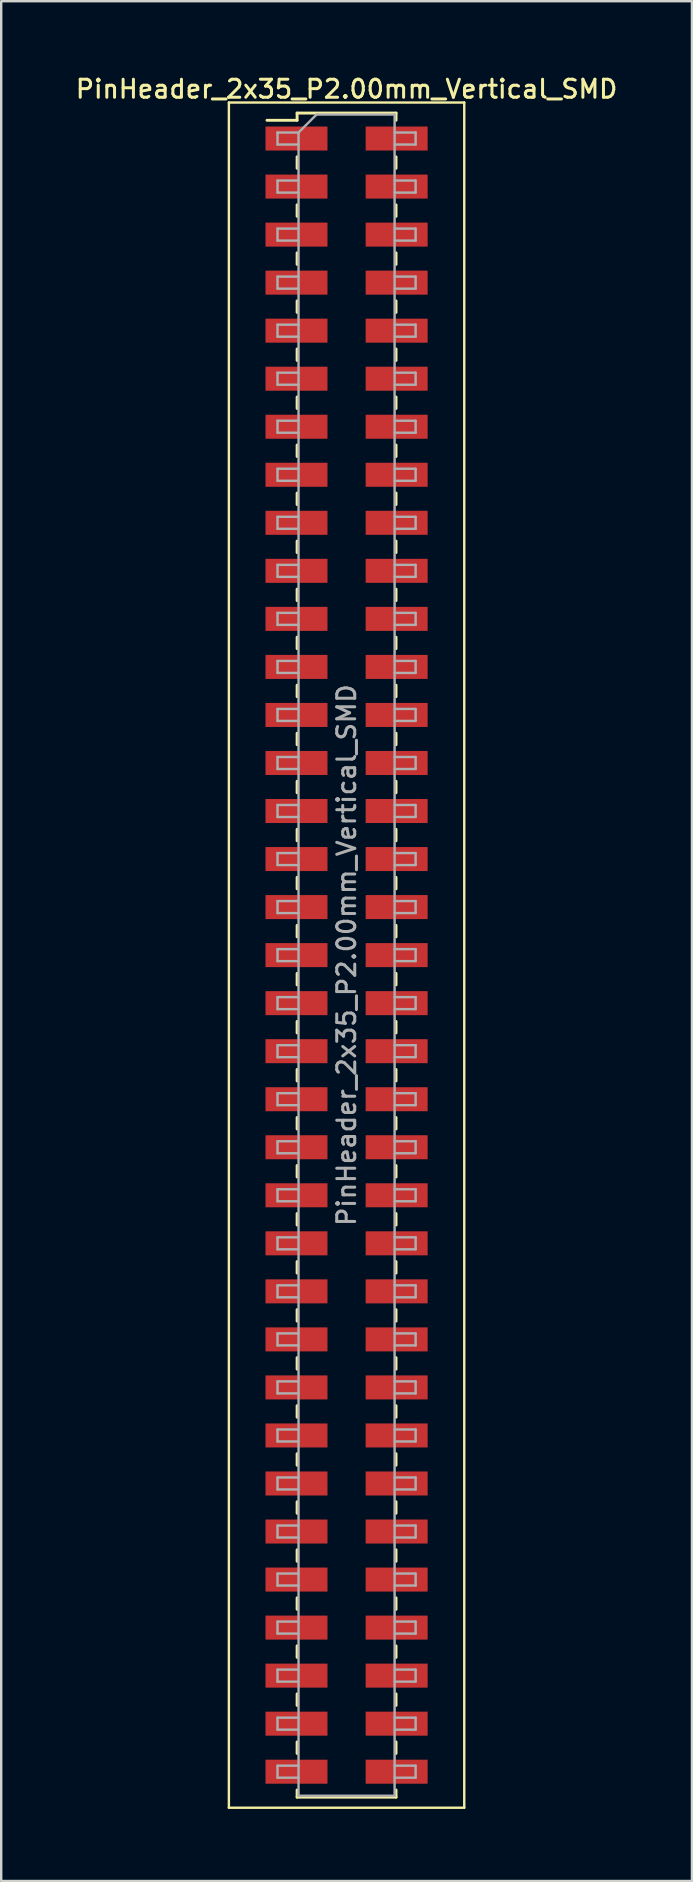
<source format=kicad_pcb>
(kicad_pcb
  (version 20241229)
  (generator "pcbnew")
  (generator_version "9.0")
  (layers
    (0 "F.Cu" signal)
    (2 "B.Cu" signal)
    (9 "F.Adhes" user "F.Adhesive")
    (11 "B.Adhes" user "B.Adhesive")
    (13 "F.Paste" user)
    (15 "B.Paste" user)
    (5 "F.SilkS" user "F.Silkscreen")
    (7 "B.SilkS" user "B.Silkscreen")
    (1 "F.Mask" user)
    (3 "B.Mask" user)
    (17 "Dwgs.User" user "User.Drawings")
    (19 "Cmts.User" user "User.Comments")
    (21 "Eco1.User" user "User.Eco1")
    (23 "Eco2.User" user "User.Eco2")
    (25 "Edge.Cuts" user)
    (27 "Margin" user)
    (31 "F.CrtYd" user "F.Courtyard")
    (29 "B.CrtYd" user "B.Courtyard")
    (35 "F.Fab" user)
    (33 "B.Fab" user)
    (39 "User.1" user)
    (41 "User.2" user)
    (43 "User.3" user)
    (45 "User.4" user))
  (footprint "PinHeader_2x35_P2.00mm_Vertical_SMD"
    (layer "F.Cu")
    (at 11.38 36.718)
    (property "Reference" "PinHeader_2x35_P2.00mm_Vertical_SMD" (at 0 -36.06 0) (layer "F.SilkS") (effects (font (size 0.75 0.75) (thickness 0.125))))
    (attr smd)
    (fp_line (start -4.9 -35.5) (end -4.9 35.5) (stroke (width 0.1) (type solid)) (layer "F.SilkS"))
    (fp_line (start -4.9 35.5) (end 4.9 35.5) (stroke (width 0.1) (type solid)) (layer "F.SilkS"))
    (fp_line (start -3.315 -34.76) (end -2.06 -34.76) (stroke (width 0.12) (type solid)) (layer "F.SilkS"))
    (fp_line (start -2.06 -35.06) (end -2.06 -34.76) (stroke (width 0.12) (type solid)) (layer "F.SilkS"))
    (fp_line (start -2.06 -35.06) (end 2.06 -35.06) (stroke (width 0.12) (type solid)) (layer "F.SilkS"))
    (fp_line (start -2.06 -33.24) (end -2.06 -32.76) (stroke (width 0.12) (type solid)) (layer "F.SilkS"))
    (fp_line (start -2.06 -31.24) (end -2.06 -30.76) (stroke (width 0.12) (type solid)) (layer "F.SilkS"))
    (fp_line (start -2.06 -29.24) (end -2.06 -28.76) (stroke (width 0.12) (type solid)) (layer "F.SilkS"))
    (fp_line (start -2.06 -27.24) (end -2.06 -26.76) (stroke (width 0.12) (type solid)) (layer "F.SilkS"))
    (fp_line (start -2.06 -25.24) (end -2.06 -24.76) (stroke (width 0.12) (type solid)) (layer "F.SilkS"))
    (fp_line (start -2.06 -23.24) (end -2.06 -22.76) (stroke (width 0.12) (type solid)) (layer "F.SilkS"))
    (fp_line (start -2.06 -21.24) (end -2.06 -20.76) (stroke (width 0.12) (type solid)) (layer "F.SilkS"))
    (fp_line (start -2.06 -19.24) (end -2.06 -18.76) (stroke (width 0.12) (type solid)) (layer "F.SilkS"))
    (fp_line (start -2.06 -17.24) (end -2.06 -16.76) (stroke (width 0.12) (type solid)) (layer "F.SilkS"))
    (fp_line (start -2.06 -15.24) (end -2.06 -14.76) (stroke (width 0.12) (type solid)) (layer "F.SilkS"))
    (fp_line (start -2.06 -13.24) (end -2.06 -12.76) (stroke (width 0.12) (type solid)) (layer "F.SilkS"))
    (fp_line (start -2.06 -11.24) (end -2.06 -10.76) (stroke (width 0.12) (type solid)) (layer "F.SilkS"))
    (fp_line (start -2.06 -9.24) (end -2.06 -8.76) (stroke (width 0.12) (type solid)) (layer "F.SilkS"))
    (fp_line (start -2.06 -7.24) (end -2.06 -6.76) (stroke (width 0.12) (type solid)) (layer "F.SilkS"))
    (fp_line (start -2.06 -5.24) (end -2.06 -4.76) (stroke (width 0.12) (type solid)) (layer "F.SilkS"))
    (fp_line (start -2.06 -3.24) (end -2.06 -2.76) (stroke (width 0.12) (type solid)) (layer "F.SilkS"))
    (fp_line (start -2.06 -1.24) (end -2.06 -0.76) (stroke (width 0.12) (type solid)) (layer "F.SilkS"))
    (fp_line (start -2.06 0.76) (end -2.06 1.24) (stroke (width 0.12) (type solid)) (layer "F.SilkS"))
    (fp_line (start -2.06 2.76) (end -2.06 3.24) (stroke (width 0.12) (type solid)) (layer "F.SilkS"))
    (fp_line (start -2.06 4.76) (end -2.06 5.24) (stroke (width 0.12) (type solid)) (layer "F.SilkS"))
    (fp_line (start -2.06 6.76) (end -2.06 7.24) (stroke (width 0.12) (type solid)) (layer "F.SilkS"))
    (fp_line (start -2.06 8.76) (end -2.06 9.24) (stroke (width 0.12) (type solid)) (layer "F.SilkS"))
    (fp_line (start -2.06 10.76) (end -2.06 11.24) (stroke (width 0.12) (type solid)) (layer "F.SilkS"))
    (fp_line (start -2.06 12.76) (end -2.06 13.24) (stroke (width 0.12) (type solid)) (layer "F.SilkS"))
    (fp_line (start -2.06 14.76) (end -2.06 15.24) (stroke (width 0.12) (type solid)) (layer "F.SilkS"))
    (fp_line (start -2.06 16.76) (end -2.06 17.24) (stroke (width 0.12) (type solid)) (layer "F.SilkS"))
    (fp_line (start -2.06 18.76) (end -2.06 19.24) (stroke (width 0.12) (type solid)) (layer "F.SilkS"))
    (fp_line (start -2.06 20.76) (end -2.06 21.24) (stroke (width 0.12) (type solid)) (layer "F.SilkS"))
    (fp_line (start -2.06 22.76) (end -2.06 23.24) (stroke (width 0.12) (type solid)) (layer "F.SilkS"))
    (fp_line (start -2.06 24.76) (end -2.06 25.24) (stroke (width 0.12) (type solid)) (layer "F.SilkS"))
    (fp_line (start -2.06 26.76) (end -2.06 27.24) (stroke (width 0.12) (type solid)) (layer "F.SilkS"))
    (fp_line (start -2.06 28.76) (end -2.06 29.24) (stroke (width 0.12) (type solid)) (layer "F.SilkS"))
    (fp_line (start -2.06 30.76) (end -2.06 31.24) (stroke (width 0.12) (type solid)) (layer "F.SilkS"))
    (fp_line (start -2.06 32.76) (end -2.06 33.24) (stroke (width 0.12) (type solid)) (layer "F.SilkS"))
    (fp_line (start -2.06 34.76) (end -2.06 35.06) (stroke (width 0.12) (type solid)) (layer "F.SilkS"))
    (fp_line (start -2.06 35.06) (end 2.06 35.06) (stroke (width 0.12) (type solid)) (layer "F.SilkS"))
    (fp_line (start 2.06 -35.06) (end 2.06 -34.76) (stroke (width 0.12) (type solid)) (layer "F.SilkS"))
    (fp_line (start 2.06 -33.24) (end 2.06 -32.76) (stroke (width 0.12) (type solid)) (layer "F.SilkS"))
    (fp_line (start 2.06 -31.24) (end 2.06 -30.76) (stroke (width 0.12) (type solid)) (layer "F.SilkS"))
    (fp_line (start 2.06 -29.24) (end 2.06 -28.76) (stroke (width 0.12) (type solid)) (layer "F.SilkS"))
    (fp_line (start 2.06 -27.24) (end 2.06 -26.76) (stroke (width 0.12) (type solid)) (layer "F.SilkS"))
    (fp_line (start 2.06 -25.24) (end 2.06 -24.76) (stroke (width 0.12) (type solid)) (layer "F.SilkS"))
    (fp_line (start 2.06 -23.24) (end 2.06 -22.76) (stroke (width 0.12) (type solid)) (layer "F.SilkS"))
    (fp_line (start 2.06 -21.24) (end 2.06 -20.76) (stroke (width 0.12) (type solid)) (layer "F.SilkS"))
    (fp_line (start 2.06 -19.24) (end 2.06 -18.76) (stroke (width 0.12) (type solid)) (layer "F.SilkS"))
    (fp_line (start 2.06 -17.24) (end 2.06 -16.76) (stroke (width 0.12) (type solid)) (layer "F.SilkS"))
    (fp_line (start 2.06 -15.24) (end 2.06 -14.76) (stroke (width 0.12) (type solid)) (layer "F.SilkS"))
    (fp_line (start 2.06 -13.24) (end 2.06 -12.76) (stroke (width 0.12) (type solid)) (layer "F.SilkS"))
    (fp_line (start 2.06 -11.24) (end 2.06 -10.76) (stroke (width 0.12) (type solid)) (layer "F.SilkS"))
    (fp_line (start 2.06 -9.24) (end 2.06 -8.76) (stroke (width 0.12) (type solid)) (layer "F.SilkS"))
    (fp_line (start 2.06 -7.24) (end 2.06 -6.76) (stroke (width 0.12) (type solid)) (layer "F.SilkS"))
    (fp_line (start 2.06 -5.24) (end 2.06 -4.76) (stroke (width 0.12) (type solid)) (layer "F.SilkS"))
    (fp_line (start 2.06 -3.24) (end 2.06 -2.76) (stroke (width 0.12) (type solid)) (layer "F.SilkS"))
    (fp_line (start 2.06 -1.24) (end 2.06 -0.76) (stroke (width 0.12) (type solid)) (layer "F.SilkS"))
    (fp_line (start 2.06 0.76) (end 2.06 1.24) (stroke (width 0.12) (type solid)) (layer "F.SilkS"))
    (fp_line (start 2.06 2.76) (end 2.06 3.24) (stroke (width 0.12) (type solid)) (layer "F.SilkS"))
    (fp_line (start 2.06 4.76) (end 2.06 5.24) (stroke (width 0.12) (type solid)) (layer "F.SilkS"))
    (fp_line (start 2.06 6.76) (end 2.06 7.24) (stroke (width 0.12) (type solid)) (layer "F.SilkS"))
    (fp_line (start 2.06 8.76) (end 2.06 9.24) (stroke (width 0.12) (type solid)) (layer "F.SilkS"))
    (fp_line (start 2.06 10.76) (end 2.06 11.24) (stroke (width 0.12) (type solid)) (layer "F.SilkS"))
    (fp_line (start 2.06 12.76) (end 2.06 13.24) (stroke (width 0.12) (type solid)) (layer "F.SilkS"))
    (fp_line (start 2.06 14.76) (end 2.06 15.24) (stroke (width 0.12) (type solid)) (layer "F.SilkS"))
    (fp_line (start 2.06 16.76) (end 2.06 17.24) (stroke (width 0.12) (type solid)) (layer "F.SilkS"))
    (fp_line (start 2.06 18.76) (end 2.06 19.24) (stroke (width 0.12) (type solid)) (layer "F.SilkS"))
    (fp_line (start 2.06 20.76) (end 2.06 21.24) (stroke (width 0.12) (type solid)) (layer "F.SilkS"))
    (fp_line (start 2.06 22.76) (end 2.06 23.24) (stroke (width 0.12) (type solid)) (layer "F.SilkS"))
    (fp_line (start 2.06 24.76) (end 2.06 25.24) (stroke (width 0.12) (type solid)) (layer "F.SilkS"))
    (fp_line (start 2.06 26.76) (end 2.06 27.24) (stroke (width 0.12) (type solid)) (layer "F.SilkS"))
    (fp_line (start 2.06 28.76) (end 2.06 29.24) (stroke (width 0.12) (type solid)) (layer "F.SilkS"))
    (fp_line (start 2.06 30.76) (end 2.06 31.24) (stroke (width 0.12) (type solid)) (layer "F.SilkS"))
    (fp_line (start 2.06 32.76) (end 2.06 33.24) (stroke (width 0.12) (type solid)) (layer "F.SilkS"))
    (fp_line (start 2.06 34.76) (end 2.06 35.06) (stroke (width 0.12) (type solid)) (layer "F.SilkS"))
    (fp_line (start 4.9 -35.5) (end -4.9 -35.5) (stroke (width 0.1) (type solid)) (layer "F.SilkS"))
    (fp_line (start 4.9 35.5) (end 4.9 -35.5) (stroke (width 0.1) (type solid)) (layer "F.SilkS"))
    (fp_line (start -2.875 -34.25) (end -2.875 -33.75) (stroke (width 0.1) (type solid)) (layer "F.Fab"))
    (fp_line (start -2.875 -33.75) (end -2 -33.75) (stroke (width 0.1) (type solid)) (layer "F.Fab"))
    (fp_line (start -2.875 -32.25) (end -2.875 -31.75) (stroke (width 0.1) (type solid)) (layer "F.Fab"))
    (fp_line (start -2.875 -31.75) (end -2 -31.75) (stroke (width 0.1) (type solid)) (layer "F.Fab"))
    (fp_line (start -2.875 -30.25) (end -2.875 -29.75) (stroke (width 0.1) (type solid)) (layer "F.Fab"))
    (fp_line (start -2.875 -29.75) (end -2 -29.75) (stroke (width 0.1) (type solid)) (layer "F.Fab"))
    (fp_line (start -2.875 -28.25) (end -2.875 -27.75) (stroke (width 0.1) (type solid)) (layer "F.Fab"))
    (fp_line (start -2.875 -27.75) (end -2 -27.75) (stroke (width 0.1) (type solid)) (layer "F.Fab"))
    (fp_line (start -2.875 -26.25) (end -2.875 -25.75) (stroke (width 0.1) (type solid)) (layer "F.Fab"))
    (fp_line (start -2.875 -25.75) (end -2 -25.75) (stroke (width 0.1) (type solid)) (layer "F.Fab"))
    (fp_line (start -2.875 -24.25) (end -2.875 -23.75) (stroke (width 0.1) (type solid)) (layer "F.Fab"))
    (fp_line (start -2.875 -23.75) (end -2 -23.75) (stroke (width 0.1) (type solid)) (layer "F.Fab"))
    (fp_line (start -2.875 -22.25) (end -2.875 -21.75) (stroke (width 0.1) (type solid)) (layer "F.Fab"))
    (fp_line (start -2.875 -21.75) (end -2 -21.75) (stroke (width 0.1) (type solid)) (layer "F.Fab"))
    (fp_line (start -2.875 -20.25) (end -2.875 -19.75) (stroke (width 0.1) (type solid)) (layer "F.Fab"))
    (fp_line (start -2.875 -19.75) (end -2 -19.75) (stroke (width 0.1) (type solid)) (layer "F.Fab"))
    (fp_line (start -2.875 -18.25) (end -2.875 -17.75) (stroke (width 0.1) (type solid)) (layer "F.Fab"))
    (fp_line (start -2.875 -17.75) (end -2 -17.75) (stroke (width 0.1) (type solid)) (layer "F.Fab"))
    (fp_line (start -2.875 -16.25) (end -2.875 -15.75) (stroke (width 0.1) (type solid)) (layer "F.Fab"))
    (fp_line (start -2.875 -15.75) (end -2 -15.75) (stroke (width 0.1) (type solid)) (layer "F.Fab"))
    (fp_line (start -2.875 -14.25) (end -2.875 -13.75) (stroke (width 0.1) (type solid)) (layer "F.Fab"))
    (fp_line (start -2.875 -13.75) (end -2 -13.75) (stroke (width 0.1) (type solid)) (layer "F.Fab"))
    (fp_line (start -2.875 -12.25) (end -2.875 -11.75) (stroke (width 0.1) (type solid)) (layer "F.Fab"))
    (fp_line (start -2.875 -11.75) (end -2 -11.75) (stroke (width 0.1) (type solid)) (layer "F.Fab"))
    (fp_line (start -2.875 -10.25) (end -2.875 -9.75) (stroke (width 0.1) (type solid)) (layer "F.Fab"))
    (fp_line (start -2.875 -9.75) (end -2 -9.75) (stroke (width 0.1) (type solid)) (layer "F.Fab"))
    (fp_line (start -2.875 -8.25) (end -2.875 -7.75) (stroke (width 0.1) (type solid)) (layer "F.Fab"))
    (fp_line (start -2.875 -7.75) (end -2 -7.75) (stroke (width 0.1) (type solid)) (layer "F.Fab"))
    (fp_line (start -2.875 -6.25) (end -2.875 -5.75) (stroke (width 0.1) (type solid)) (layer "F.Fab"))
    (fp_line (start -2.875 -5.75) (end -2 -5.75) (stroke (width 0.1) (type solid)) (layer "F.Fab"))
    (fp_line (start -2.875 -4.25) (end -2.875 -3.75) (stroke (width 0.1) (type solid)) (layer "F.Fab"))
    (fp_line (start -2.875 -3.75) (end -2 -3.75) (stroke (width 0.1) (type solid)) (layer "F.Fab"))
    (fp_line (start -2.875 -2.25) (end -2.875 -1.75) (stroke (width 0.1) (type solid)) (layer "F.Fab"))
    (fp_line (start -2.875 -1.75) (end -2 -1.75) (stroke (width 0.1) (type solid)) (layer "F.Fab"))
    (fp_line (start -2.875 -0.25) (end -2.875 0.25) (stroke (width 0.1) (type solid)) (layer "F.Fab"))
    (fp_line (start -2.875 0.25) (end -2 0.25) (stroke (width 0.1) (type solid)) (layer "F.Fab"))
    (fp_line (start -2.875 1.75) (end -2.875 2.25) (stroke (width 0.1) (type solid)) (layer "F.Fab"))
    (fp_line (start -2.875 2.25) (end -2 2.25) (stroke (width 0.1) (type solid)) (layer "F.Fab"))
    (fp_line (start -2.875 3.75) (end -2.875 4.25) (stroke (width 0.1) (type solid)) (layer "F.Fab"))
    (fp_line (start -2.875 4.25) (end -2 4.25) (stroke (width 0.1) (type solid)) (layer "F.Fab"))
    (fp_line (start -2.875 5.75) (end -2.875 6.25) (stroke (width 0.1) (type solid)) (layer "F.Fab"))
    (fp_line (start -2.875 6.25) (end -2 6.25) (stroke (width 0.1) (type solid)) (layer "F.Fab"))
    (fp_line (start -2.875 7.75) (end -2.875 8.25) (stroke (width 0.1) (type solid)) (layer "F.Fab"))
    (fp_line (start -2.875 8.25) (end -2 8.25) (stroke (width 0.1) (type solid)) (layer "F.Fab"))
    (fp_line (start -2.875 9.75) (end -2.875 10.25) (stroke (width 0.1) (type solid)) (layer "F.Fab"))
    (fp_line (start -2.875 10.25) (end -2 10.25) (stroke (width 0.1) (type solid)) (layer "F.Fab"))
    (fp_line (start -2.875 11.75) (end -2.875 12.25) (stroke (width 0.1) (type solid)) (layer "F.Fab"))
    (fp_line (start -2.875 12.25) (end -2 12.25) (stroke (width 0.1) (type solid)) (layer "F.Fab"))
    (fp_line (start -2.875 13.75) (end -2.875 14.25) (stroke (width 0.1) (type solid)) (layer "F.Fab"))
    (fp_line (start -2.875 14.25) (end -2 14.25) (stroke (width 0.1) (type solid)) (layer "F.Fab"))
    (fp_line (start -2.875 15.75) (end -2.875 16.25) (stroke (width 0.1) (type solid)) (layer "F.Fab"))
    (fp_line (start -2.875 16.25) (end -2 16.25) (stroke (width 0.1) (type solid)) (layer "F.Fab"))
    (fp_line (start -2.875 17.75) (end -2.875 18.25) (stroke (width 0.1) (type solid)) (layer "F.Fab"))
    (fp_line (start -2.875 18.25) (end -2 18.25) (stroke (width 0.1) (type solid)) (layer "F.Fab"))
    (fp_line (start -2.875 19.75) (end -2.875 20.25) (stroke (width 0.1) (type solid)) (layer "F.Fab"))
    (fp_line (start -2.875 20.25) (end -2 20.25) (stroke (width 0.1) (type solid)) (layer "F.Fab"))
    (fp_line (start -2.875 21.75) (end -2.875 22.25) (stroke (width 0.1) (type solid)) (layer "F.Fab"))
    (fp_line (start -2.875 22.25) (end -2 22.25) (stroke (width 0.1) (type solid)) (layer "F.Fab"))
    (fp_line (start -2.875 23.75) (end -2.875 24.25) (stroke (width 0.1) (type solid)) (layer "F.Fab"))
    (fp_line (start -2.875 24.25) (end -2 24.25) (stroke (width 0.1) (type solid)) (layer "F.Fab"))
    (fp_line (start -2.875 25.75) (end -2.875 26.25) (stroke (width 0.1) (type solid)) (layer "F.Fab"))
    (fp_line (start -2.875 26.25) (end -2 26.25) (stroke (width 0.1) (type solid)) (layer "F.Fab"))
    (fp_line (start -2.875 27.75) (end -2.875 28.25) (stroke (width 0.1) (type solid)) (layer "F.Fab"))
    (fp_line (start -2.875 28.25) (end -2 28.25) (stroke (width 0.1) (type solid)) (layer "F.Fab"))
    (fp_line (start -2.875 29.75) (end -2.875 30.25) (stroke (width 0.1) (type solid)) (layer "F.Fab"))
    (fp_line (start -2.875 30.25) (end -2 30.25) (stroke (width 0.1) (type solid)) (layer "F.Fab"))
    (fp_line (start -2.875 31.75) (end -2.875 32.25) (stroke (width 0.1) (type solid)) (layer "F.Fab"))
    (fp_line (start -2.875 32.25) (end -2 32.25) (stroke (width 0.1) (type solid)) (layer "F.Fab"))
    (fp_line (start -2.875 33.75) (end -2.875 34.25) (stroke (width 0.1) (type solid)) (layer "F.Fab"))
    (fp_line (start -2.875 34.25) (end -2 34.25) (stroke (width 0.1) (type solid)) (layer "F.Fab"))
    (fp_line (start -2 -34.25) (end -2.875 -34.25) (stroke (width 0.1) (type solid)) (layer "F.Fab"))
    (fp_line (start -2 -34.25) (end -1.25 -35) (stroke (width 0.1) (type solid)) (layer "F.Fab"))
    (fp_line (start -2 -32.25) (end -2.875 -32.25) (stroke (width 0.1) (type solid)) (layer "F.Fab"))
    (fp_line (start -2 -30.25) (end -2.875 -30.25) (stroke (width 0.1) (type solid)) (layer "F.Fab"))
    (fp_line (start -2 -28.25) (end -2.875 -28.25) (stroke (width 0.1) (type solid)) (layer "F.Fab"))
    (fp_line (start -2 -26.25) (end -2.875 -26.25) (stroke (width 0.1) (type solid)) (layer "F.Fab"))
    (fp_line (start -2 -24.25) (end -2.875 -24.25) (stroke (width 0.1) (type solid)) (layer "F.Fab"))
    (fp_line (start -2 -22.25) (end -2.875 -22.25) (stroke (width 0.1) (type solid)) (layer "F.Fab"))
    (fp_line (start -2 -20.25) (end -2.875 -20.25) (stroke (width 0.1) (type solid)) (layer "F.Fab"))
    (fp_line (start -2 -18.25) (end -2.875 -18.25) (stroke (width 0.1) (type solid)) (layer "F.Fab"))
    (fp_line (start -2 -16.25) (end -2.875 -16.25) (stroke (width 0.1) (type solid)) (layer "F.Fab"))
    (fp_line (start -2 -14.25) (end -2.875 -14.25) (stroke (width 0.1) (type solid)) (layer "F.Fab"))
    (fp_line (start -2 -12.25) (end -2.875 -12.25) (stroke (width 0.1) (type solid)) (layer "F.Fab"))
    (fp_line (start -2 -10.25) (end -2.875 -10.25) (stroke (width 0.1) (type solid)) (layer "F.Fab"))
    (fp_line (start -2 -8.25) (end -2.875 -8.25) (stroke (width 0.1) (type solid)) (layer "F.Fab"))
    (fp_line (start -2 -6.25) (end -2.875 -6.25) (stroke (width 0.1) (type solid)) (layer "F.Fab"))
    (fp_line (start -2 -4.25) (end -2.875 -4.25) (stroke (width 0.1) (type solid)) (layer "F.Fab"))
    (fp_line (start -2 -2.25) (end -2.875 -2.25) (stroke (width 0.1) (type solid)) (layer "F.Fab"))
    (fp_line (start -2 -0.25) (end -2.875 -0.25) (stroke (width 0.1) (type solid)) (layer "F.Fab"))
    (fp_line (start -2 1.75) (end -2.875 1.75) (stroke (width 0.1) (type solid)) (layer "F.Fab"))
    (fp_line (start -2 3.75) (end -2.875 3.75) (stroke (width 0.1) (type solid)) (layer "F.Fab"))
    (fp_line (start -2 5.75) (end -2.875 5.75) (stroke (width 0.1) (type solid)) (layer "F.Fab"))
    (fp_line (start -2 7.75) (end -2.875 7.75) (stroke (width 0.1) (type solid)) (layer "F.Fab"))
    (fp_line (start -2 9.75) (end -2.875 9.75) (stroke (width 0.1) (type solid)) (layer "F.Fab"))
    (fp_line (start -2 11.75) (end -2.875 11.75) (stroke (width 0.1) (type solid)) (layer "F.Fab"))
    (fp_line (start -2 13.75) (end -2.875 13.75) (stroke (width 0.1) (type solid)) (layer "F.Fab"))
    (fp_line (start -2 15.75) (end -2.875 15.75) (stroke (width 0.1) (type solid)) (layer "F.Fab"))
    (fp_line (start -2 17.75) (end -2.875 17.75) (stroke (width 0.1) (type solid)) (layer "F.Fab"))
    (fp_line (start -2 19.75) (end -2.875 19.75) (stroke (width 0.1) (type solid)) (layer "F.Fab"))
    (fp_line (start -2 21.75) (end -2.875 21.75) (stroke (width 0.1) (type solid)) (layer "F.Fab"))
    (fp_line (start -2 23.75) (end -2.875 23.75) (stroke (width 0.1) (type solid)) (layer "F.Fab"))
    (fp_line (start -2 25.75) (end -2.875 25.75) (stroke (width 0.1) (type solid)) (layer "F.Fab"))
    (fp_line (start -2 27.75) (end -2.875 27.75) (stroke (width 0.1) (type solid)) (layer "F.Fab"))
    (fp_line (start -2 29.75) (end -2.875 29.75) (stroke (width 0.1) (type solid)) (layer "F.Fab"))
    (fp_line (start -2 31.75) (end -2.875 31.75) (stroke (width 0.1) (type solid)) (layer "F.Fab"))
    (fp_line (start -2 33.75) (end -2.875 33.75) (stroke (width 0.1) (type solid)) (layer "F.Fab"))
    (fp_line (start -2 35) (end -2 -34.25) (stroke (width 0.1) (type solid)) (layer "F.Fab"))
    (fp_line (start -1.25 -35) (end 2 -35) (stroke (width 0.1) (type solid)) (layer "F.Fab"))
    (fp_line (start 2 -35) (end 2 35) (stroke (width 0.1) (type solid)) (layer "F.Fab"))
    (fp_line (start 2 -34.25) (end 2.875 -34.25) (stroke (width 0.1) (type solid)) (layer "F.Fab"))
    (fp_line (start 2 -32.25) (end 2.875 -32.25) (stroke (width 0.1) (type solid)) (layer "F.Fab"))
    (fp_line (start 2 -30.25) (end 2.875 -30.25) (stroke (width 0.1) (type solid)) (layer "F.Fab"))
    (fp_line (start 2 -28.25) (end 2.875 -28.25) (stroke (width 0.1) (type solid)) (layer "F.Fab"))
    (fp_line (start 2 -26.25) (end 2.875 -26.25) (stroke (width 0.1) (type solid)) (layer "F.Fab"))
    (fp_line (start 2 -24.25) (end 2.875 -24.25) (stroke (width 0.1) (type solid)) (layer "F.Fab"))
    (fp_line (start 2 -22.25) (end 2.875 -22.25) (stroke (width 0.1) (type solid)) (layer "F.Fab"))
    (fp_line (start 2 -20.25) (end 2.875 -20.25) (stroke (width 0.1) (type solid)) (layer "F.Fab"))
    (fp_line (start 2 -18.25) (end 2.875 -18.25) (stroke (width 0.1) (type solid)) (layer "F.Fab"))
    (fp_line (start 2 -16.25) (end 2.875 -16.25) (stroke (width 0.1) (type solid)) (layer "F.Fab"))
    (fp_line (start 2 -14.25) (end 2.875 -14.25) (stroke (width 0.1) (type solid)) (layer "F.Fab"))
    (fp_line (start 2 -12.25) (end 2.875 -12.25) (stroke (width 0.1) (type solid)) (layer "F.Fab"))
    (fp_line (start 2 -10.25) (end 2.875 -10.25) (stroke (width 0.1) (type solid)) (layer "F.Fab"))
    (fp_line (start 2 -8.25) (end 2.875 -8.25) (stroke (width 0.1) (type solid)) (layer "F.Fab"))
    (fp_line (start 2 -6.25) (end 2.875 -6.25) (stroke (width 0.1) (type solid)) (layer "F.Fab"))
    (fp_line (start 2 -4.25) (end 2.875 -4.25) (stroke (width 0.1) (type solid)) (layer "F.Fab"))
    (fp_line (start 2 -2.25) (end 2.875 -2.25) (stroke (width 0.1) (type solid)) (layer "F.Fab"))
    (fp_line (start 2 -0.25) (end 2.875 -0.25) (stroke (width 0.1) (type solid)) (layer "F.Fab"))
    (fp_line (start 2 1.75) (end 2.875 1.75) (stroke (width 0.1) (type solid)) (layer "F.Fab"))
    (fp_line (start 2 3.75) (end 2.875 3.75) (stroke (width 0.1) (type solid)) (layer "F.Fab"))
    (fp_line (start 2 5.75) (end 2.875 5.75) (stroke (width 0.1) (type solid)) (layer "F.Fab"))
    (fp_line (start 2 7.75) (end 2.875 7.75) (stroke (width 0.1) (type solid)) (layer "F.Fab"))
    (fp_line (start 2 9.75) (end 2.875 9.75) (stroke (width 0.1) (type solid)) (layer "F.Fab"))
    (fp_line (start 2 11.75) (end 2.875 11.75) (stroke (width 0.1) (type solid)) (layer "F.Fab"))
    (fp_line (start 2 13.75) (end 2.875 13.75) (stroke (width 0.1) (type solid)) (layer "F.Fab"))
    (fp_line (start 2 15.75) (end 2.875 15.75) (stroke (width 0.1) (type solid)) (layer "F.Fab"))
    (fp_line (start 2 17.75) (end 2.875 17.75) (stroke (width 0.1) (type solid)) (layer "F.Fab"))
    (fp_line (start 2 19.75) (end 2.875 19.75) (stroke (width 0.1) (type solid)) (layer "F.Fab"))
    (fp_line (start 2 21.75) (end 2.875 21.75) (stroke (width 0.1) (type solid)) (layer "F.Fab"))
    (fp_line (start 2 23.75) (end 2.875 23.75) (stroke (width 0.1) (type solid)) (layer "F.Fab"))
    (fp_line (start 2 25.75) (end 2.875 25.75) (stroke (width 0.1) (type solid)) (layer "F.Fab"))
    (fp_line (start 2 27.75) (end 2.875 27.75) (stroke (width 0.1) (type solid)) (layer "F.Fab"))
    (fp_line (start 2 29.75) (end 2.875 29.75) (stroke (width 0.1) (type solid)) (layer "F.Fab"))
    (fp_line (start 2 31.75) (end 2.875 31.75) (stroke (width 0.1) (type solid)) (layer "F.Fab"))
    (fp_line (start 2 33.75) (end 2.875 33.75) (stroke (width 0.1) (type solid)) (layer "F.Fab"))
    (fp_line (start 2 35) (end -2 35) (stroke (width 0.1) (type solid)) (layer "F.Fab"))
    (fp_line (start 2.875 -34.25) (end 2.875 -33.75) (stroke (width 0.1) (type solid)) (layer "F.Fab"))
    (fp_line (start 2.875 -33.75) (end 2 -33.75) (stroke (width 0.1) (type solid)) (layer "F.Fab"))
    (fp_line (start 2.875 -32.25) (end 2.875 -31.75) (stroke (width 0.1) (type solid)) (layer "F.Fab"))
    (fp_line (start 2.875 -31.75) (end 2 -31.75) (stroke (width 0.1) (type solid)) (layer "F.Fab"))
    (fp_line (start 2.875 -30.25) (end 2.875 -29.75) (stroke (width 0.1) (type solid)) (layer "F.Fab"))
    (fp_line (start 2.875 -29.75) (end 2 -29.75) (stroke (width 0.1) (type solid)) (layer "F.Fab"))
    (fp_line (start 2.875 -28.25) (end 2.875 -27.75) (stroke (width 0.1) (type solid)) (layer "F.Fab"))
    (fp_line (start 2.875 -27.75) (end 2 -27.75) (stroke (width 0.1) (type solid)) (layer "F.Fab"))
    (fp_line (start 2.875 -26.25) (end 2.875 -25.75) (stroke (width 0.1) (type solid)) (layer "F.Fab"))
    (fp_line (start 2.875 -25.75) (end 2 -25.75) (stroke (width 0.1) (type solid)) (layer "F.Fab"))
    (fp_line (start 2.875 -24.25) (end 2.875 -23.75) (stroke (width 0.1) (type solid)) (layer "F.Fab"))
    (fp_line (start 2.875 -23.75) (end 2 -23.75) (stroke (width 0.1) (type solid)) (layer "F.Fab"))
    (fp_line (start 2.875 -22.25) (end 2.875 -21.75) (stroke (width 0.1) (type solid)) (layer "F.Fab"))
    (fp_line (start 2.875 -21.75) (end 2 -21.75) (stroke (width 0.1) (type solid)) (layer "F.Fab"))
    (fp_line (start 2.875 -20.25) (end 2.875 -19.75) (stroke (width 0.1) (type solid)) (layer "F.Fab"))
    (fp_line (start 2.875 -19.75) (end 2 -19.75) (stroke (width 0.1) (type solid)) (layer "F.Fab"))
    (fp_line (start 2.875 -18.25) (end 2.875 -17.75) (stroke (width 0.1) (type solid)) (layer "F.Fab"))
    (fp_line (start 2.875 -17.75) (end 2 -17.75) (stroke (width 0.1) (type solid)) (layer "F.Fab"))
    (fp_line (start 2.875 -16.25) (end 2.875 -15.75) (stroke (width 0.1) (type solid)) (layer "F.Fab"))
    (fp_line (start 2.875 -15.75) (end 2 -15.75) (stroke (width 0.1) (type solid)) (layer "F.Fab"))
    (fp_line (start 2.875 -14.25) (end 2.875 -13.75) (stroke (width 0.1) (type solid)) (layer "F.Fab"))
    (fp_line (start 2.875 -13.75) (end 2 -13.75) (stroke (width 0.1) (type solid)) (layer "F.Fab"))
    (fp_line (start 2.875 -12.25) (end 2.875 -11.75) (stroke (width 0.1) (type solid)) (layer "F.Fab"))
    (fp_line (start 2.875 -11.75) (end 2 -11.75) (stroke (width 0.1) (type solid)) (layer "F.Fab"))
    (fp_line (start 2.875 -10.25) (end 2.875 -9.75) (stroke (width 0.1) (type solid)) (layer "F.Fab"))
    (fp_line (start 2.875 -9.75) (end 2 -9.75) (stroke (width 0.1) (type solid)) (layer "F.Fab"))
    (fp_line (start 2.875 -8.25) (end 2.875 -7.75) (stroke (width 0.1) (type solid)) (layer "F.Fab"))
    (fp_line (start 2.875 -7.75) (end 2 -7.75) (stroke (width 0.1) (type solid)) (layer "F.Fab"))
    (fp_line (start 2.875 -6.25) (end 2.875 -5.75) (stroke (width 0.1) (type solid)) (layer "F.Fab"))
    (fp_line (start 2.875 -5.75) (end 2 -5.75) (stroke (width 0.1) (type solid)) (layer "F.Fab"))
    (fp_line (start 2.875 -4.25) (end 2.875 -3.75) (stroke (width 0.1) (type solid)) (layer "F.Fab"))
    (fp_line (start 2.875 -3.75) (end 2 -3.75) (stroke (width 0.1) (type solid)) (layer "F.Fab"))
    (fp_line (start 2.875 -2.25) (end 2.875 -1.75) (stroke (width 0.1) (type solid)) (layer "F.Fab"))
    (fp_line (start 2.875 -1.75) (end 2 -1.75) (stroke (width 0.1) (type solid)) (layer "F.Fab"))
    (fp_line (start 2.875 -0.25) (end 2.875 0.25) (stroke (width 0.1) (type solid)) (layer "F.Fab"))
    (fp_line (start 2.875 0.25) (end 2 0.25) (stroke (width 0.1) (type solid)) (layer "F.Fab"))
    (fp_line (start 2.875 1.75) (end 2.875 2.25) (stroke (width 0.1) (type solid)) (layer "F.Fab"))
    (fp_line (start 2.875 2.25) (end 2 2.25) (stroke (width 0.1) (type solid)) (layer "F.Fab"))
    (fp_line (start 2.875 3.75) (end 2.875 4.25) (stroke (width 0.1) (type solid)) (layer "F.Fab"))
    (fp_line (start 2.875 4.25) (end 2 4.25) (stroke (width 0.1) (type solid)) (layer "F.Fab"))
    (fp_line (start 2.875 5.75) (end 2.875 6.25) (stroke (width 0.1) (type solid)) (layer "F.Fab"))
    (fp_line (start 2.875 6.25) (end 2 6.25) (stroke (width 0.1) (type solid)) (layer "F.Fab"))
    (fp_line (start 2.875 7.75) (end 2.875 8.25) (stroke (width 0.1) (type solid)) (layer "F.Fab"))
    (fp_line (start 2.875 8.25) (end 2 8.25) (stroke (width 0.1) (type solid)) (layer "F.Fab"))
    (fp_line (start 2.875 9.75) (end 2.875 10.25) (stroke (width 0.1) (type solid)) (layer "F.Fab"))
    (fp_line (start 2.875 10.25) (end 2 10.25) (stroke (width 0.1) (type solid)) (layer "F.Fab"))
    (fp_line (start 2.875 11.75) (end 2.875 12.25) (stroke (width 0.1) (type solid)) (layer "F.Fab"))
    (fp_line (start 2.875 12.25) (end 2 12.25) (stroke (width 0.1) (type solid)) (layer "F.Fab"))
    (fp_line (start 2.875 13.75) (end 2.875 14.25) (stroke (width 0.1) (type solid)) (layer "F.Fab"))
    (fp_line (start 2.875 14.25) (end 2 14.25) (stroke (width 0.1) (type solid)) (layer "F.Fab"))
    (fp_line (start 2.875 15.75) (end 2.875 16.25) (stroke (width 0.1) (type solid)) (layer "F.Fab"))
    (fp_line (start 2.875 16.25) (end 2 16.25) (stroke (width 0.1) (type solid)) (layer "F.Fab"))
    (fp_line (start 2.875 17.75) (end 2.875 18.25) (stroke (width 0.1) (type solid)) (layer "F.Fab"))
    (fp_line (start 2.875 18.25) (end 2 18.25) (stroke (width 0.1) (type solid)) (layer "F.Fab"))
    (fp_line (start 2.875 19.75) (end 2.875 20.25) (stroke (width 0.1) (type solid)) (layer "F.Fab"))
    (fp_line (start 2.875 20.25) (end 2 20.25) (stroke (width 0.1) (type solid)) (layer "F.Fab"))
    (fp_line (start 2.875 21.75) (end 2.875 22.25) (stroke (width 0.1) (type solid)) (layer "F.Fab"))
    (fp_line (start 2.875 22.25) (end 2 22.25) (stroke (width 0.1) (type solid)) (layer "F.Fab"))
    (fp_line (start 2.875 23.75) (end 2.875 24.25) (stroke (width 0.1) (type solid)) (layer "F.Fab"))
    (fp_line (start 2.875 24.25) (end 2 24.25) (stroke (width 0.1) (type solid)) (layer "F.Fab"))
    (fp_line (start 2.875 25.75) (end 2.875 26.25) (stroke (width 0.1) (type solid)) (layer "F.Fab"))
    (fp_line (start 2.875 26.25) (end 2 26.25) (stroke (width 0.1) (type solid)) (layer "F.Fab"))
    (fp_line (start 2.875 27.75) (end 2.875 28.25) (stroke (width 0.1) (type solid)) (layer "F.Fab"))
    (fp_line (start 2.875 28.25) (end 2 28.25) (stroke (width 0.1) (type solid)) (layer "F.Fab"))
    (fp_line (start 2.875 29.75) (end 2.875 30.25) (stroke (width 0.1) (type solid)) (layer "F.Fab"))
    (fp_line (start 2.875 30.25) (end 2 30.25) (stroke (width 0.1) (type solid)) (layer "F.Fab"))
    (fp_line (start 2.875 31.75) (end 2.875 32.25) (stroke (width 0.1) (type solid)) (layer "F.Fab"))
    (fp_line (start 2.875 32.25) (end 2 32.25) (stroke (width 0.1) (type solid)) (layer "F.Fab"))
    (fp_line (start 2.875 33.75) (end 2.875 34.25) (stroke (width 0.1) (type solid)) (layer "F.Fab"))
    (fp_line (start 2.875 34.25) (end 2 34.25) (stroke (width 0.1) (type solid)) (layer "F.Fab"))
    (fp_text user "${REFERENCE}" (at 0 0 90) (layer "F.Fab") (effects (font (size 0.75 0.75) (thickness 0.125))))
    (pad "1" smd rect (at -2.085 -34) (size 2.58 1) (layers "F.Cu" "F.Mask" "F.Paste"))
    (pad "2" smd rect (at 2.085 -34) (size 2.58 1) (layers "F.Cu" "F.Mask" "F.Paste"))
    (pad "3" smd rect (at -2.085 -32) (size 2.58 1) (layers "F.Cu" "F.Mask" "F.Paste"))
    (pad "4" smd rect (at 2.085 -32) (size 2.58 1) (layers "F.Cu" "F.Mask" "F.Paste"))
    (pad "5" smd rect (at -2.085 -30) (size 2.58 1) (layers "F.Cu" "F.Mask" "F.Paste"))
    (pad "6" smd rect (at 2.085 -30) (size 2.58 1) (layers "F.Cu" "F.Mask" "F.Paste"))
    (pad "7" smd rect (at -2.085 -28) (size 2.58 1) (layers "F.Cu" "F.Mask" "F.Paste"))
    (pad "8" smd rect (at 2.085 -28) (size 2.58 1) (layers "F.Cu" "F.Mask" "F.Paste"))
    (pad "9" smd rect (at -2.085 -26) (size 2.58 1) (layers "F.Cu" "F.Mask" "F.Paste"))
    (pad "10" smd rect (at 2.085 -26) (size 2.58 1) (layers "F.Cu" "F.Mask" "F.Paste"))
    (pad "11" smd rect (at -2.085 -24) (size 2.58 1) (layers "F.Cu" "F.Mask" "F.Paste"))
    (pad "12" smd rect (at 2.085 -24) (size 2.58 1) (layers "F.Cu" "F.Mask" "F.Paste"))
    (pad "13" smd rect (at -2.085 -22) (size 2.58 1) (layers "F.Cu" "F.Mask" "F.Paste"))
    (pad "14" smd rect (at 2.085 -22) (size 2.58 1) (layers "F.Cu" "F.Mask" "F.Paste"))
    (pad "15" smd rect (at -2.085 -20) (size 2.58 1) (layers "F.Cu" "F.Mask" "F.Paste"))
    (pad "16" smd rect (at 2.085 -20) (size 2.58 1) (layers "F.Cu" "F.Mask" "F.Paste"))
    (pad "17" smd rect (at -2.085 -18) (size 2.58 1) (layers "F.Cu" "F.Mask" "F.Paste"))
    (pad "18" smd rect (at 2.085 -18) (size 2.58 1) (layers "F.Cu" "F.Mask" "F.Paste"))
    (pad "19" smd rect (at -2.085 -16) (size 2.58 1) (layers "F.Cu" "F.Mask" "F.Paste"))
    (pad "20" smd rect (at 2.085 -16) (size 2.58 1) (layers "F.Cu" "F.Mask" "F.Paste"))
    (pad "21" smd rect (at -2.085 -14) (size 2.58 1) (layers "F.Cu" "F.Mask" "F.Paste"))
    (pad "22" smd rect (at 2.085 -14) (size 2.58 1) (layers "F.Cu" "F.Mask" "F.Paste"))
    (pad "23" smd rect (at -2.085 -12) (size 2.58 1) (layers "F.Cu" "F.Mask" "F.Paste"))
    (pad "24" smd rect (at 2.085 -12) (size 2.58 1) (layers "F.Cu" "F.Mask" "F.Paste"))
    (pad "25" smd rect (at -2.085 -10) (size 2.58 1) (layers "F.Cu" "F.Mask" "F.Paste"))
    (pad "26" smd rect (at 2.085 -10) (size 2.58 1) (layers "F.Cu" "F.Mask" "F.Paste"))
    (pad "27" smd rect (at -2.085 -8) (size 2.58 1) (layers "F.Cu" "F.Mask" "F.Paste"))
    (pad "28" smd rect (at 2.085 -8) (size 2.58 1) (layers "F.Cu" "F.Mask" "F.Paste"))
    (pad "29" smd rect (at -2.085 -6) (size 2.58 1) (layers "F.Cu" "F.Mask" "F.Paste"))
    (pad "30" smd rect (at 2.085 -6) (size 2.58 1) (layers "F.Cu" "F.Mask" "F.Paste"))
    (pad "31" smd rect (at -2.085 -4) (size 2.58 1) (layers "F.Cu" "F.Mask" "F.Paste"))
    (pad "32" smd rect (at 2.085 -4) (size 2.58 1) (layers "F.Cu" "F.Mask" "F.Paste"))
    (pad "33" smd rect (at -2.085 -2) (size 2.58 1) (layers "F.Cu" "F.Mask" "F.Paste"))
    (pad "34" smd rect (at 2.085 -2) (size 2.58 1) (layers "F.Cu" "F.Mask" "F.Paste"))
    (pad "35" smd rect (at -2.085 0) (size 2.58 1) (layers "F.Cu" "F.Mask" "F.Paste"))
    (pad "36" smd rect (at 2.085 0) (size 2.58 1) (layers "F.Cu" "F.Mask" "F.Paste"))
    (pad "37" smd rect (at -2.085 2) (size 2.58 1) (layers "F.Cu" "F.Mask" "F.Paste"))
    (pad "38" smd rect (at 2.085 2) (size 2.58 1) (layers "F.Cu" "F.Mask" "F.Paste"))
    (pad "39" smd rect (at -2.085 4) (size 2.58 1) (layers "F.Cu" "F.Mask" "F.Paste"))
    (pad "40" smd rect (at 2.085 4) (size 2.58 1) (layers "F.Cu" "F.Mask" "F.Paste"))
    (pad "41" smd rect (at -2.085 6) (size 2.58 1) (layers "F.Cu" "F.Mask" "F.Paste"))
    (pad "42" smd rect (at 2.085 6) (size 2.58 1) (layers "F.Cu" "F.Mask" "F.Paste"))
    (pad "43" smd rect (at -2.085 8) (size 2.58 1) (layers "F.Cu" "F.Mask" "F.Paste"))
    (pad "44" smd rect (at 2.085 8) (size 2.58 1) (layers "F.Cu" "F.Mask" "F.Paste"))
    (pad "45" smd rect (at -2.085 10) (size 2.58 1) (layers "F.Cu" "F.Mask" "F.Paste"))
    (pad "46" smd rect (at 2.085 10) (size 2.58 1) (layers "F.Cu" "F.Mask" "F.Paste"))
    (pad "47" smd rect (at -2.085 12) (size 2.58 1) (layers "F.Cu" "F.Mask" "F.Paste"))
    (pad "48" smd rect (at 2.085 12) (size 2.58 1) (layers "F.Cu" "F.Mask" "F.Paste"))
    (pad "49" smd rect (at -2.085 14) (size 2.58 1) (layers "F.Cu" "F.Mask" "F.Paste"))
    (pad "50" smd rect (at 2.085 14) (size 2.58 1) (layers "F.Cu" "F.Mask" "F.Paste"))
    (pad "51" smd rect (at -2.085 16) (size 2.58 1) (layers "F.Cu" "F.Mask" "F.Paste"))
    (pad "52" smd rect (at 2.085 16) (size 2.58 1) (layers "F.Cu" "F.Mask" "F.Paste"))
    (pad "53" smd rect (at -2.085 18) (size 2.58 1) (layers "F.Cu" "F.Mask" "F.Paste"))
    (pad "54" smd rect (at 2.085 18) (size 2.58 1) (layers "F.Cu" "F.Mask" "F.Paste"))
    (pad "55" smd rect (at -2.085 20) (size 2.58 1) (layers "F.Cu" "F.Mask" "F.Paste"))
    (pad "56" smd rect (at 2.085 20) (size 2.58 1) (layers "F.Cu" "F.Mask" "F.Paste"))
    (pad "57" smd rect (at -2.085 22) (size 2.58 1) (layers "F.Cu" "F.Mask" "F.Paste"))
    (pad "58" smd rect (at 2.085 22) (size 2.58 1) (layers "F.Cu" "F.Mask" "F.Paste"))
    (pad "59" smd rect (at -2.085 24) (size 2.58 1) (layers "F.Cu" "F.Mask" "F.Paste"))
    (pad "60" smd rect (at 2.085 24) (size 2.58 1) (layers "F.Cu" "F.Mask" "F.Paste"))
    (pad "61" smd rect (at -2.085 26) (size 2.58 1) (layers "F.Cu" "F.Mask" "F.Paste"))
    (pad "62" smd rect (at 2.085 26) (size 2.58 1) (layers "F.Cu" "F.Mask" "F.Paste"))
    (pad "63" smd rect (at -2.085 28) (size 2.58 1) (layers "F.Cu" "F.Mask" "F.Paste"))
    (pad "64" smd rect (at 2.085 28) (size 2.58 1) (layers "F.Cu" "F.Mask" "F.Paste"))
    (pad "65" smd rect (at -2.085 30) (size 2.58 1) (layers "F.Cu" "F.Mask" "F.Paste"))
    (pad "66" smd rect (at 2.085 30) (size 2.58 1) (layers "F.Cu" "F.Mask" "F.Paste"))
    (pad "67" smd rect (at -2.085 32) (size 2.58 1) (layers "F.Cu" "F.Mask" "F.Paste"))
    (pad "68" smd rect (at 2.085 32) (size 2.58 1) (layers "F.Cu" "F.Mask" "F.Paste"))
    (pad "69" smd rect (at -2.085 34) (size 2.58 1) (layers "F.Cu" "F.Mask" "F.Paste"))
    (pad "70" smd rect (at 2.085 34) (size 2.58 1) (layers "F.Cu" "F.Mask" "F.Paste")))
  (gr_rect
    (start -3 -3)
    (end 25.761 75.268)
    (stroke (width 0.1) (type default))
    (fill no)
    (layer "Edge.Cuts")))
</source>
